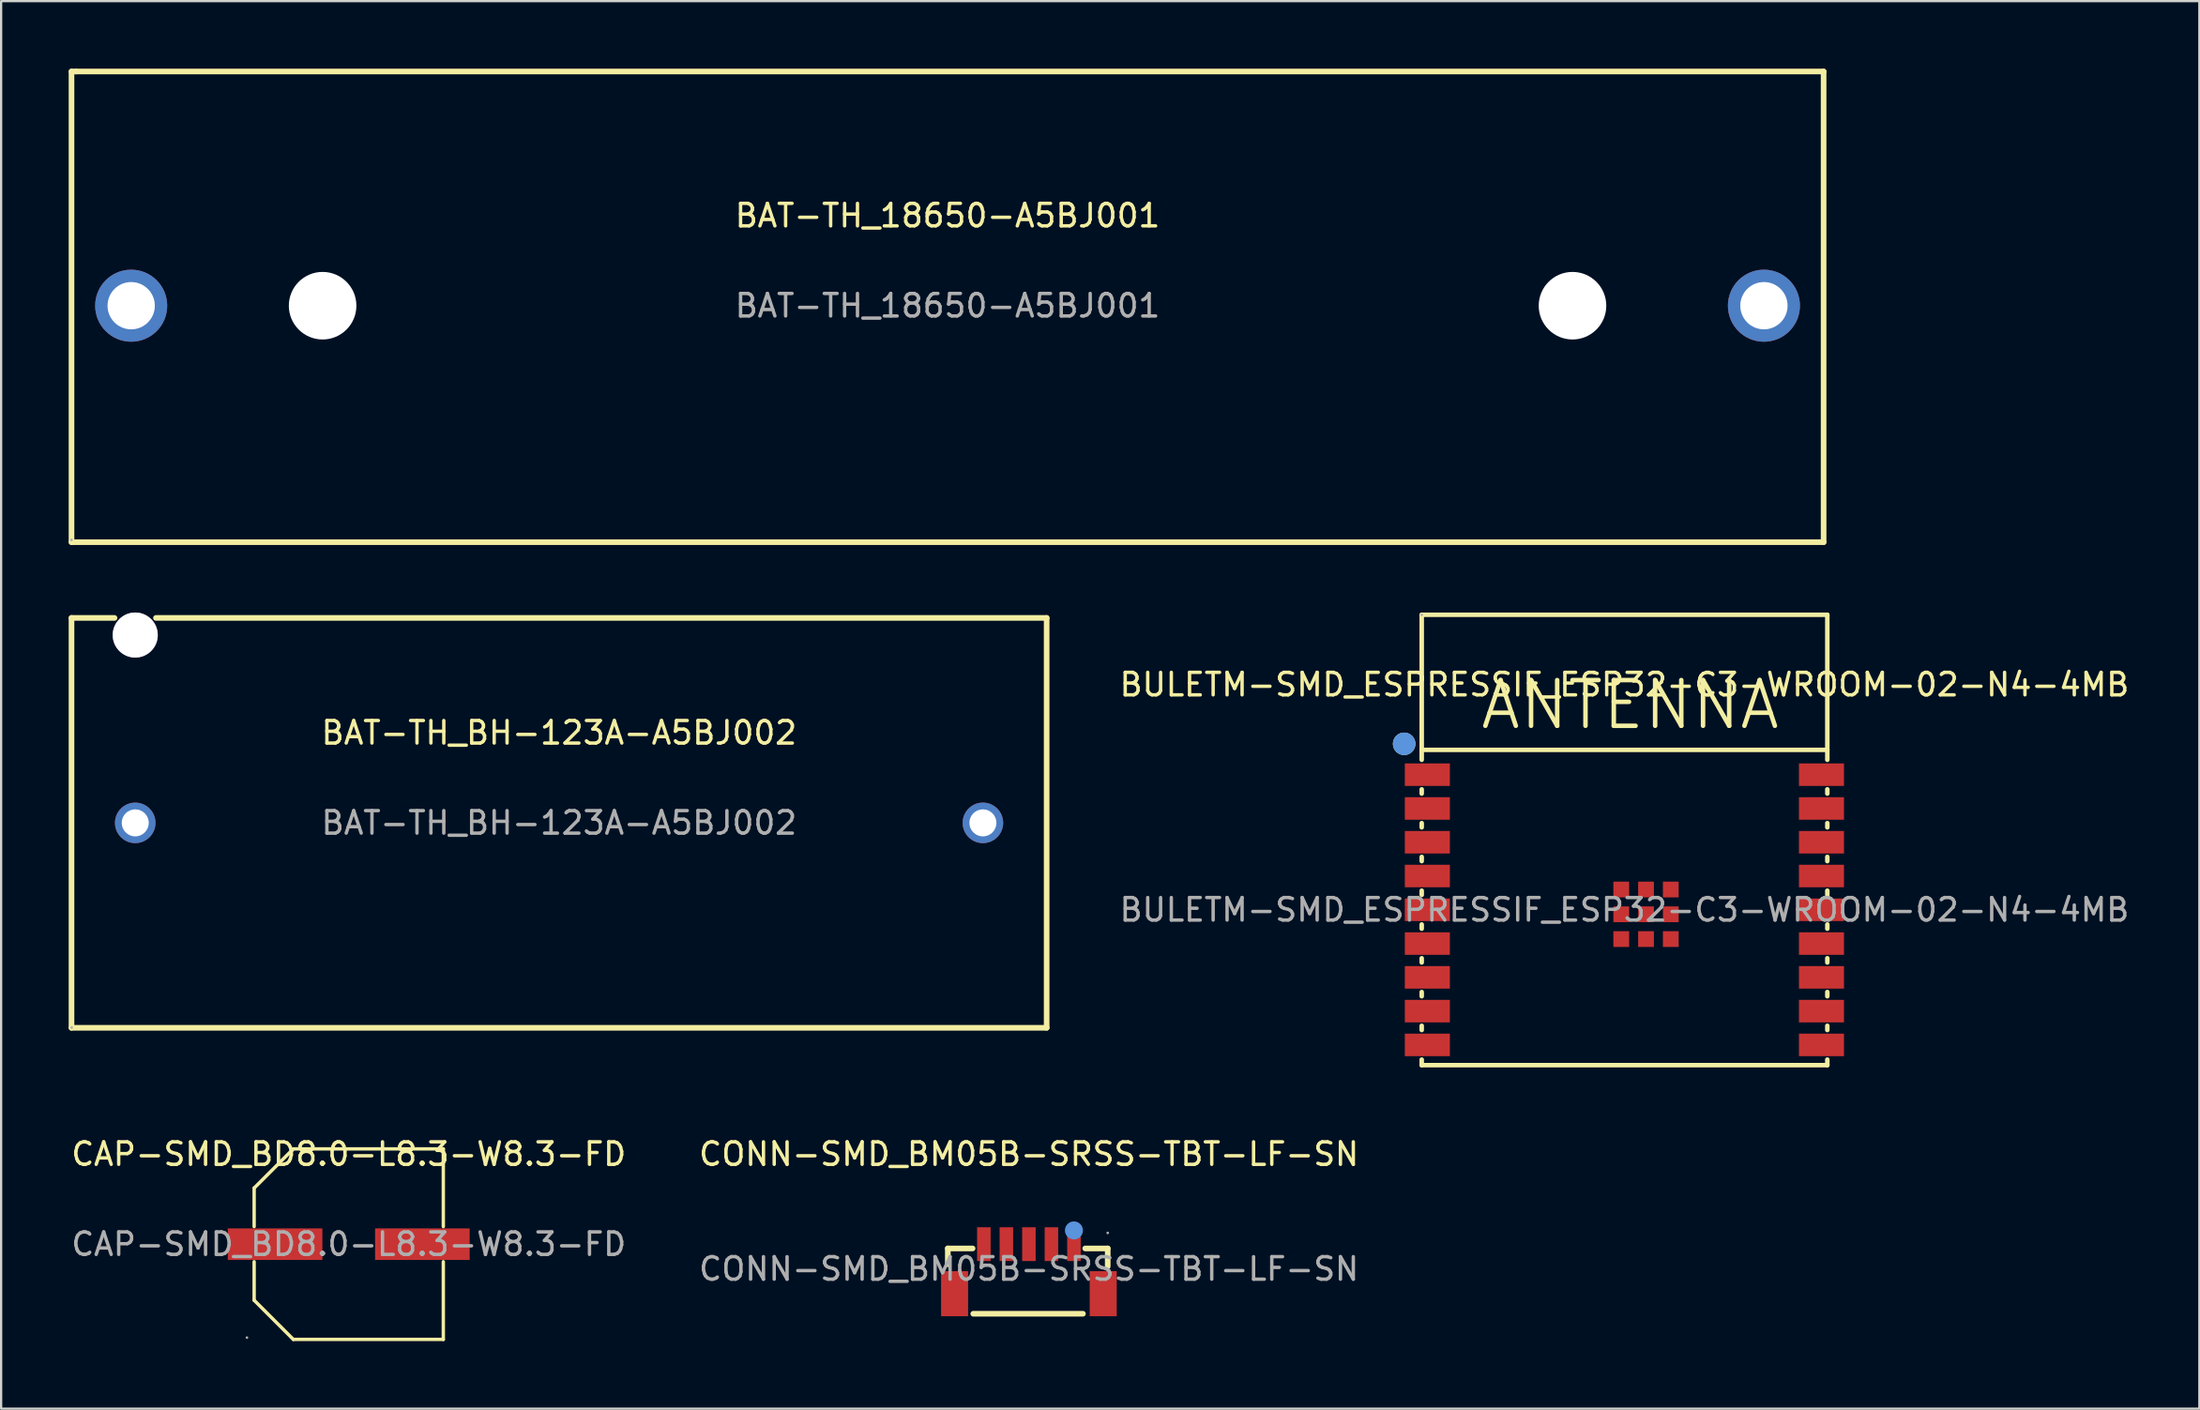
<source format=kicad_pcb>
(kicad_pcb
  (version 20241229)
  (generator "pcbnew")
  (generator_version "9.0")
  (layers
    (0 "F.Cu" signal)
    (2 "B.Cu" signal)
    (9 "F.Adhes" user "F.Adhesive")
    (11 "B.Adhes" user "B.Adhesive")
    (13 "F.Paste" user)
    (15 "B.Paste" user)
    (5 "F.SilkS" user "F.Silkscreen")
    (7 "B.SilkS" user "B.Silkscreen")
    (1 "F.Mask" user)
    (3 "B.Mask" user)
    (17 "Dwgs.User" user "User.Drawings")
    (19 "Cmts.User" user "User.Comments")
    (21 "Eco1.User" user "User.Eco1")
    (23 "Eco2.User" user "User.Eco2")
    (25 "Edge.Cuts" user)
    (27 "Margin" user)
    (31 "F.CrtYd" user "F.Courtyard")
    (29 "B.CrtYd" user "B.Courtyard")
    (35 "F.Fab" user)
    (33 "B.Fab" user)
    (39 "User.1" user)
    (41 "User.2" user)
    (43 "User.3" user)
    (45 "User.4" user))
  (footprint "CONN-SMD_BM05B-SRSS-TBT-LF-SN"
    (layer "F.Cu")
    (at 42.637 53.298)
    (property "Reference" "CONN-SMD_BM05B-SRSS-TBT-LF-SN" (at 0 -5.1 0) (layer "F.SilkS") (effects (font (size 1 1) (thickness 0.15))))
    (attr smd)
    (fp_line (start -3.6 -0.91) (end -3.6 -0.21) (stroke (width 0.25) (type solid)) (layer "F.SilkS"))
    (fp_line (start -2.5 -0.91) (end -3.6 -0.91) (stroke (width 0.25) (type solid)) (layer "F.SilkS"))
    (fp_line (start -2.47 1.99) (end 2.4 1.99) (stroke (width 0.25) (type solid)) (layer "F.SilkS"))
    (fp_line (start 2.5 -0.91) (end 3.5 -0.91) (stroke (width 0.25) (type solid)) (layer "F.SilkS"))
    (fp_line (start 3.5 -0.91) (end 3.5 -0.11) (stroke (width 0.25) (type solid)) (layer "F.SilkS"))
    (fp_circle (center 2 -1.71) (end 2.2 -1.71) (stroke (width 0.4) (type solid)) (fill no) (layer "Cmts.User"))
    (fp_circle (center 3.5 -1.6) (end 3.53 -1.6) (stroke (width 0.06) (type solid)) (fill no) (layer "F.Fab"))
    (fp_text user "${REFERENCE}" (at 0 0 0) (layer "F.Fab") (effects (font (size 1 1) (thickness 0.15))))
    (pad "1" smd rect (at 2 -1.1) (size 0.6 1.5) (layers "F.Cu" "F.Mask" "F.Paste"))
    (pad "2" smd rect (at 1 -1.1) (size 0.6 1.5) (layers "F.Cu" "F.Mask" "F.Paste"))
    (pad "3" smd rect (at 0 -1.1) (size 0.6 1.5) (layers "F.Cu" "F.Mask" "F.Paste"))
    (pad "4" smd rect (at -1 -1.1) (size 0.6 1.5) (layers "F.Cu" "F.Mask" "F.Paste"))
    (pad "5" smd rect (at -2 -1.1) (size 0.6 1.5) (layers "F.Cu" "F.Mask" "F.Paste"))
    (pad "6" smd rect (at -3.3 1.1) (size 1.2 2) (layers "F.Cu" "F.Mask" "F.Paste"))
    (pad "7" smd rect (at 3.3 1.1) (size 1.2 2) (layers "F.Cu" "F.Mask" "F.Paste")))
  (footprint "BULETM-SMD_ESPRESSIF_ESP32-C3-WROOM-02-N4-4MB"
    (layer "F.Cu")
    (at 69.08 37.35)
    (property "Reference" "BULETM-SMD_ESPRESSIF_ESP32-C3-WROOM-02-N4-4MB" (at 0 -10 0) (layer "F.SilkS") (effects (font (size 1 1) (thickness 0.15))))
    (attr smd)
    (fp_line (start -9 -13.1) (end -9 -6.66) (stroke (width 0.2) (type solid)) (layer "F.SilkS"))
    (fp_line (start -9 -7.1) (end 9.01 -7.1) (stroke (width 0.2) (type solid)) (layer "F.SilkS"))
    (fp_line (start -9 -5.35) (end -9 -5.16) (stroke (width 0.2) (type solid)) (layer "F.SilkS"))
    (fp_line (start -9 -3.85) (end -9 -3.66) (stroke (width 0.2) (type solid)) (layer "F.SilkS"))
    (fp_line (start -9 -2.35) (end -9 -2.16) (stroke (width 0.2) (type solid)) (layer "F.SilkS"))
    (fp_line (start -9 -0.85) (end -9 -0.66) (stroke (width 0.2) (type solid)) (layer "F.SilkS"))
    (fp_line (start -9 0.65) (end -9 0.84) (stroke (width 0.2) (type solid)) (layer "F.SilkS"))
    (fp_line (start -9 2.15) (end -9 2.34) (stroke (width 0.2) (type solid)) (layer "F.SilkS"))
    (fp_line (start -9 3.65) (end -9 3.84) (stroke (width 0.2) (type solid)) (layer "F.SilkS"))
    (fp_line (start -9 5.15) (end -9 5.34) (stroke (width 0.2) (type solid)) (layer "F.SilkS"))
    (fp_line (start -9 6.65) (end -9 6.9) (stroke (width 0.2) (type solid)) (layer "F.SilkS"))
    (fp_line (start -9 6.9) (end 9.01 6.9) (stroke (width 0.2) (type solid)) (layer "F.SilkS"))
    (fp_line (start 9.01 -13.1) (end -9 -13.1) (stroke (width 0.2) (type solid)) (layer "F.SilkS"))
    (fp_line (start 9.01 -6.66) (end 9.01 -13.1) (stroke (width 0.2) (type solid)) (layer "F.SilkS"))
    (fp_line (start 9.01 -5.16) (end 9.01 -5.35) (stroke (width 0.2) (type solid)) (layer "F.SilkS"))
    (fp_line (start 9.01 -3.66) (end 9.01 -3.85) (stroke (width 0.2) (type solid)) (layer "F.SilkS"))
    (fp_line (start 9.01 -2.16) (end 9.01 -2.35) (stroke (width 0.2) (type solid)) (layer "F.SilkS"))
    (fp_line (start 9.01 -0.66) (end 9.01 -0.85) (stroke (width 0.2) (type solid)) (layer "F.SilkS"))
    (fp_line (start 9.01 0.84) (end 9.01 0.65) (stroke (width 0.2) (type solid)) (layer "F.SilkS"))
    (fp_line (start 9.01 2.34) (end 9.01 2.15) (stroke (width 0.2) (type solid)) (layer "F.SilkS"))
    (fp_line (start 9.01 3.84) (end 9.01 3.65) (stroke (width 0.2) (type solid)) (layer "F.SilkS"))
    (fp_line (start 9.01 5.34) (end 9.01 5.15) (stroke (width 0.2) (type solid)) (layer "F.SilkS"))
    (fp_line (start 9.01 6.9) (end 9.01 6.65) (stroke (width 0.2) (type solid)) (layer "F.SilkS"))
    (fp_circle (center -9.78 -7.37) (end -9.53 -7.37) (stroke (width 0.5) (type solid)) (fill no) (layer "F.SilkS"))
    (fp_circle (center -9.78 -7.37) (end -9.53 -7.37) (stroke (width 0.5) (type solid)) (fill no) (layer "Cmts.User"))
    (fp_circle (center -9 -13.1) (end -8.97 -13.1) (stroke (width 0.06) (type solid)) (fill no) (layer "F.Fab"))
    (fp_text user "ANTENNA" (at -6.5 -9.1 0) (layer "F.SilkS") (effects (font (size 2.03 2.03) (thickness 0.2)) (justify left)))
    (fp_text user "${REFERENCE}" (at 0 0 0) (layer "F.Fab") (effects (font (size 1 1) (thickness 0.15))))
    (pad "1" smd rect (at -8.75 -6) (size 2 1) (layers "F.Cu" "F.Mask" "F.Paste"))
    (pad "2" smd rect (at -8.75 -4.5) (size 2 1) (layers "F.Cu" "F.Mask" "F.Paste"))
    (pad "3" smd rect (at -8.75 -3) (size 2 1) (layers "F.Cu" "F.Mask" "F.Paste"))
    (pad "4" smd rect (at -8.75 -1.5) (size 2 1) (layers "F.Cu" "F.Mask" "F.Paste"))
    (pad "5" smd rect (at -8.75 0) (size 2 1) (layers "F.Cu" "F.Mask" "F.Paste"))
    (pad "6" smd rect (at -8.75 1.5) (size 2 1) (layers "F.Cu" "F.Mask" "F.Paste"))
    (pad "7" smd rect (at -8.75 3) (size 2 1) (layers "F.Cu" "F.Mask" "F.Paste"))
    (pad "8" smd rect (at -8.75 4.5) (size 2 1) (layers "F.Cu" "F.Mask" "F.Paste"))
    (pad "9" smd rect (at -8.75 6) (size 2 1) (layers "F.Cu" "F.Mask" "F.Paste"))
    (pad "10" smd rect (at 8.75 6) (size 2 1) (layers "F.Cu" "F.Mask" "F.Paste"))
    (pad "11" smd rect (at 8.75 4.5) (size 2 1) (layers "F.Cu" "F.Mask" "F.Paste"))
    (pad "12" smd rect (at 8.75 3) (size 2 1) (layers "F.Cu" "F.Mask" "F.Paste"))
    (pad "13" smd rect (at 8.75 1.5) (size 2 1) (layers "F.Cu" "F.Mask" "F.Paste"))
    (pad "14" smd rect (at 8.75 0) (size 2 1) (layers "F.Cu" "F.Mask" "F.Paste"))
    (pad "15" smd rect (at 8.75 -1.5) (size 2 1) (layers "F.Cu" "F.Mask" "F.Paste"))
    (pad "16" smd rect (at 8.75 -3) (size 2 1) (layers "F.Cu" "F.Mask" "F.Paste"))
    (pad "17" smd rect (at 8.75 -4.5) (size 2 1) (layers "F.Cu" "F.Mask" "F.Paste"))
    (pad "18" smd rect (at 8.75 -6) (size 2 1) (layers "F.Cu" "F.Mask" "F.Paste"))
    (pad "19" smd rect (at -0.14 -0.9) (size 0.7 0.7) (layers "F.Cu" "F.Mask" "F.Paste"))
    (pad "19" smd rect (at -0.14 0.2) (size 0.7 0.7) (layers "F.Cu" "F.Mask" "F.Paste"))
    (pad "19" smd rect (at -0.14 1.3) (size 0.7 0.7) (layers "F.Cu" "F.Mask" "F.Paste"))
    (pad "19" smd rect (at 0.96 -0.9) (size 0.7 0.7) (layers "F.Cu" "F.Mask" "F.Paste"))
    (pad "19" smd rect (at 0.96 0.2) (size 0.7 0.7) (layers "F.Cu" "F.Mask" "F.Paste"))
    (pad "19" smd rect (at 0.96 1.3) (size 0.7 0.7) (layers "F.Cu" "F.Mask" "F.Paste"))
    (pad "19" smd rect (at 2.06 -0.9) (size 0.7 0.7) (layers "F.Cu" "F.Mask" "F.Paste"))
    (pad "19" smd rect (at 2.06 0.2) (size 0.7 0.7) (layers "F.Cu" "F.Mask" "F.Paste"))
    (pad "19" smd rect (at 2.06 1.3) (size 0.7 0.7) (layers "F.Cu" "F.Mask" "F.Paste")))
  (footprint "CAP-SMD_BD8.0-L8.3-W8.3-FD"
    (layer "F.Cu")
    (at 12.435 52.198)
    (property "Reference" "CAP-SMD_BD8.0-L8.3-W8.3-FD" (at 0 -4 0) (layer "F.SilkS") (effects (font (size 1 1) (thickness 0.15))))
    (attr smd)
    (fp_line (start -4.2 -2.49) (end -4.2 -0.78) (stroke (width 0.15) (type solid)) (layer "F.SilkS"))
    (fp_line (start -4.2 2.49) (end -4.2 0.78) (stroke (width 0.15) (type solid)) (layer "F.SilkS"))
    (fp_line (start -2.46 -4.23) (end -4.2 -2.49) (stroke (width 0.15) (type solid)) (layer "F.SilkS"))
    (fp_line (start -2.46 4.23) (end -4.2 2.49) (stroke (width 0.15) (type solid)) (layer "F.SilkS"))
    (fp_line (start 4.2 -4.23) (end -2.46 -4.23) (stroke (width 0.15) (type solid)) (layer "F.SilkS"))
    (fp_line (start 4.2 -0.78) (end 4.2 -4.23) (stroke (width 0.15) (type solid)) (layer "F.SilkS"))
    (fp_line (start 4.2 0.78) (end 4.2 4.23) (stroke (width 0.15) (type solid)) (layer "F.SilkS"))
    (fp_line (start 4.2 4.23) (end -2.46 4.23) (stroke (width 0.15) (type solid)) (layer "F.SilkS"))
    (fp_circle (center -4.52 4.15) (end -4.49 4.15) (stroke (width 0.06) (type solid)) (fill no) (layer "F.Fab"))
    (fp_text user "${REFERENCE}" (at 0 0 0) (layer "F.Fab") (effects (font (size 1 1) (thickness 0.15))))
    (pad "1" smd rect (at -3.27 0) (size 4.2 1.4) (layers "F.Cu" "F.Mask" "F.Paste"))
    (pad "2" smd rect (at 3.27 0) (size 4.2 1.4) (layers "F.Cu" "F.Mask" "F.Paste")))
  (footprint "BAT-TH_18650-A5BJ001"
    (layer "F.Cu")
    (at 39.025 10.525)
    (property "Reference" "BAT-TH_18650-A5BJ001" (at 0 -4 0) (layer "F.SilkS") (effects (font (size 1 1) (thickness 0.15))))
    (attr through_hole)
    (fp_line (start -38.9 -10.4) (end -38.7 -10.4) (stroke (width 0.25) (type solid)) (layer "F.SilkS"))
    (fp_line (start -38.9 10.5) (end -38.9 -10.4) (stroke (width 0.25) (type solid)) (layer "F.SilkS"))
    (fp_line (start -38.7 -10.4) (end 38.9 -10.4) (stroke (width 0.25) (type solid)) (layer "F.SilkS"))
    (fp_line (start 38.9 -10.4) (end 38.9 10.5) (stroke (width 0.25) (type solid)) (layer "F.SilkS"))
    (fp_line (start 38.9 10.5) (end -38.9 10.5) (stroke (width 0.25) (type solid)) (layer "F.SilkS"))
    (fp_circle (center -38.9 10.4) (end -38.87 10.4) (stroke (width 0.06) (type solid)) (fill no) (layer "F.Fab"))
    (fp_text user "${REFERENCE}" (at 0 0 0) (layer "F.Fab") (effects (font (size 1 1) (thickness 0.15))))
    (pad "" np_thru_hole circle (at -27.75 0) (size 3 3) (drill 3) (layers "*.Cu" "*.Mask"))
    (pad "" np_thru_hole circle (at 27.75 0) (size 3 3) (drill 3) (layers "*.Cu" "*.Mask"))
    (pad "1" thru_hole circle (at -36.25 0) (size 3.2 3.2) (drill 2.1) (layers "*.Cu" "*.Mask"))
    (pad "2" thru_hole circle (at 36.25 0) (size 3.2 3.2) (drill 2.1) (layers "*.Cu" "*.Mask")))
  (footprint "BAT-TH_BH-123A-A5BJ002"
    (layer "F.Cu")
    (at 21.775 33.49)
    (property "Reference" "BAT-TH_BH-123A-A5BJ002" (at 0 -4 0) (layer "F.SilkS") (effects (font (size 1 1) (thickness 0.15))))
    (attr through_hole)
    (fp_line (start -21.65 -9.1) (end -21.65 9.1) (stroke (width 0.25) (type solid)) (layer "F.SilkS"))
    (fp_line (start -21.65 9.1) (end 21.65 9.1) (stroke (width 0.25) (type solid)) (layer "F.SilkS"))
    (fp_line (start -19.74 -9.1) (end -21.65 -9.1) (stroke (width 0.25) (type solid)) (layer "F.SilkS"))
    (fp_line (start 21.65 -9.1) (end -17.9 -9.1) (stroke (width 0.25) (type solid)) (layer "F.SilkS"))
    (fp_line (start 21.65 9.1) (end 21.65 -9.1) (stroke (width 0.25) (type solid)) (layer "F.SilkS"))
    (fp_circle (center -18.82 -8.34) (end -18.47 -8.34) (stroke (width 0.7) (type solid)) (fill no) (layer "Cmts.User"))
    (fp_circle (center -21.64 9.09) (end -21.61 9.09) (stroke (width 0.06) (type solid)) (fill no) (layer "F.Fab"))
    (fp_text user "${REFERENCE}" (at 0 0 0) (layer "F.Fab") (effects (font (size 1 1) (thickness 0.15))))
    (pad "" thru_hole circle (at -18.82 -8.34) (size 2 2) (drill 2) (layers "*.Cu" "*.Mask"))
    (pad "1" thru_hole circle (at -18.82 0) (size 1.8 1.8) (drill 1.2) (layers "*.Cu" "*.Mask"))
    (pad "2" thru_hole circle (at 18.82 0) (size 1.8 1.8) (drill 1.2) (layers "*.Cu" "*.Mask")))
  (gr_rect
    (start -3 -3)
    (end 94.61 59.503)
    (stroke (width 0.1) (type default))
    (fill no)
    (layer "Edge.Cuts")))
</source>
